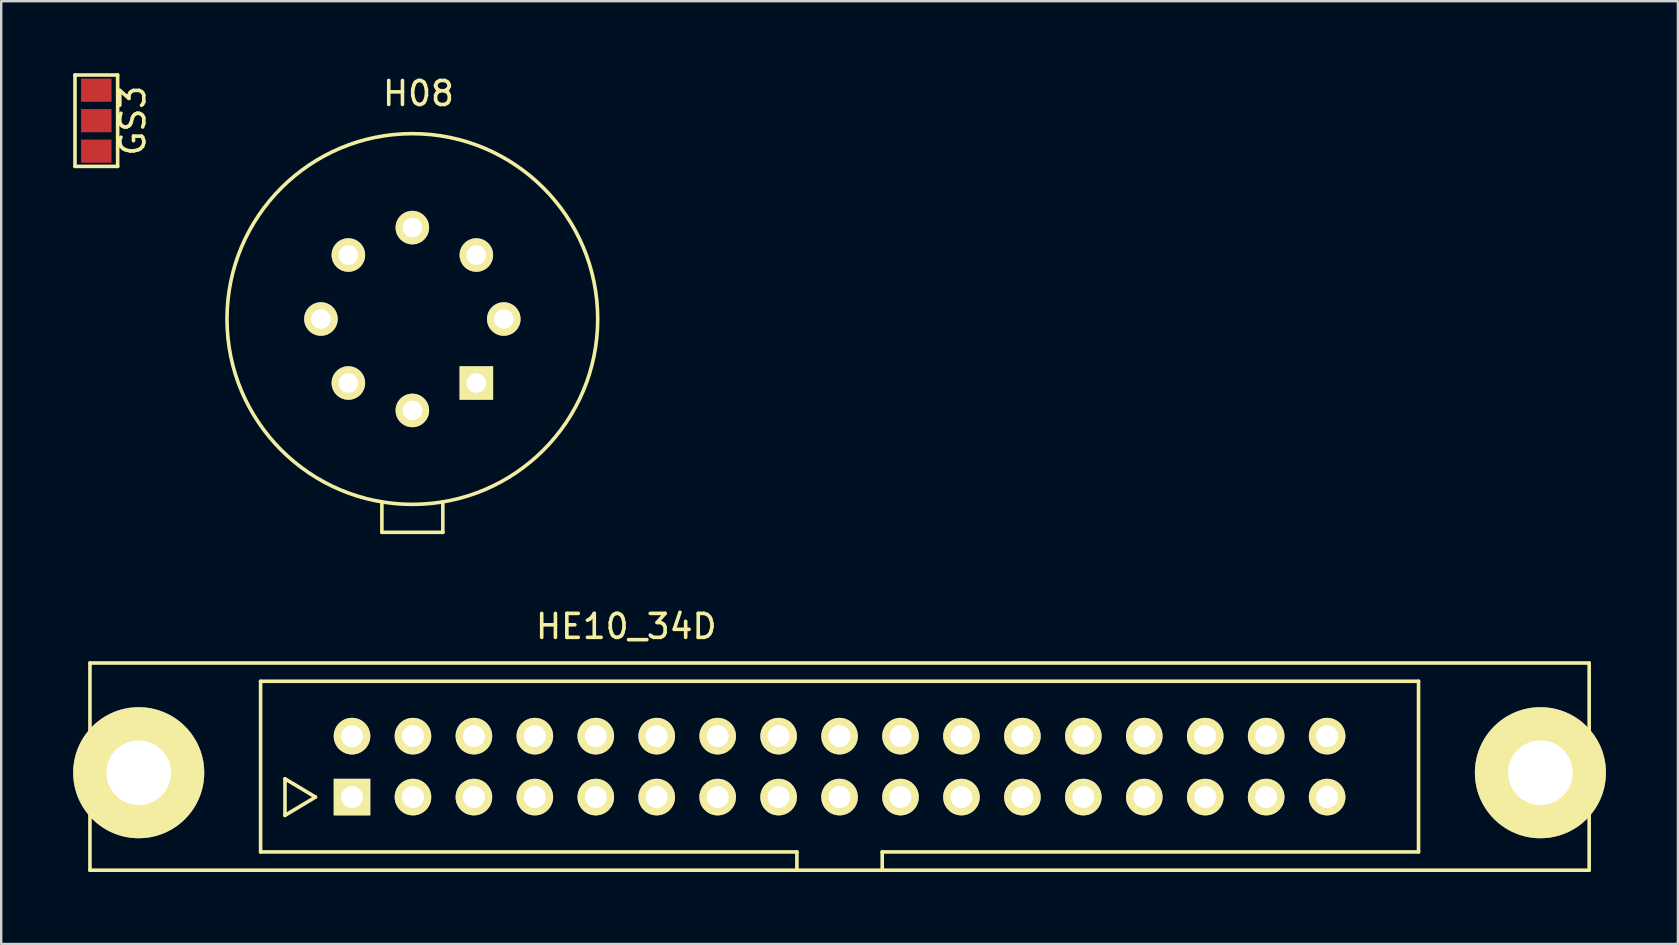
<source format=kicad_pcb>
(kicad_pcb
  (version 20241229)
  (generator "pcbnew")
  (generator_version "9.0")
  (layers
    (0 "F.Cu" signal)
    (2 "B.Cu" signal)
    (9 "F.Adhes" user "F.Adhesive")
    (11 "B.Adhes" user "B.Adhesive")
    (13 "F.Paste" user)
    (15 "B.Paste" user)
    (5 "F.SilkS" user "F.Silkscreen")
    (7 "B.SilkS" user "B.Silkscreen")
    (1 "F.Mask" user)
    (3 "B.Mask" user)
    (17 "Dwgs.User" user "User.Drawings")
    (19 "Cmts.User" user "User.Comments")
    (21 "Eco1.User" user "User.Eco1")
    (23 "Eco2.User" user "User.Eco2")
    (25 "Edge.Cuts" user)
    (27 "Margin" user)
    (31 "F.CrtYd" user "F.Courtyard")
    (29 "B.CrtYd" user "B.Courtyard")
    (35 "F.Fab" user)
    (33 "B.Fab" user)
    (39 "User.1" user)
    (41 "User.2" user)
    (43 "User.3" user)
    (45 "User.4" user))
  (footprint "GS3"
    (layer "F.Cu")
    (at 0.964 1.98)
    (property "Reference" "GS3" (at 1.524 0 90) (layer "F.SilkS") (effects (font (size 1 1) (thickness 0.15))))
    (attr exclude_from_pos_files exclude_from_bom)
    (fp_line (start -0.889 -1.905) (end -0.889 1.905) (stroke (width 0.15) (type solid)) (layer "F.SilkS"))
    (fp_line (start -0.889 -1.905) (end 0.889 -1.905) (stroke (width 0.15) (type solid)) (layer "F.SilkS"))
    (fp_line (start -0.889 1.905) (end 0.889 1.905) (stroke (width 0.15) (type solid)) (layer "F.SilkS"))
    (fp_line (start 0.889 1.905) (end 0.889 -1.905) (stroke (width 0.15) (type solid)) (layer "F.SilkS"))
    (pad "1" smd rect (at 0 -1.27) (size 1.27 0.965) (layers "F.Cu" "F.Mask" "F.Paste"))
    (pad "2" smd rect (at 0 0) (size 1.27 0.965) (layers "F.Cu" "F.Mask" "F.Paste"))
    (pad "3" smd rect (at 0 1.27) (size 1.27 0.965) (layers "F.Cu" "F.Mask" "F.Paste")))
  (footprint "H08"
    (layer "F.Cu")
    (at 14.136 10.246)
    (property "Reference" "H08" (at 0.254 -9.398 0) (layer "F.SilkS") (effects (font (size 1 1) (thickness 0.15))))
    (attr through_hole)
    (fp_line (start -1.27 7.62) (end -1.27 8.89) (stroke (width 0.15) (type solid)) (layer "F.SilkS"))
    (fp_line (start -1.27 8.89) (end 1.27 8.89) (stroke (width 0.15) (type solid)) (layer "F.SilkS"))
    (fp_line (start 1.27 8.89) (end 1.27 7.62) (stroke (width 0.15) (type solid)) (layer "F.SilkS"))
    (fp_circle (center 0 0) (end 1.27 7.62) (stroke (width 0.15) (type solid)) (fill no) (layer "F.SilkS"))
    (pad "1" thru_hole rect (at 2.667 2.667) (size 1.397 1.397) (drill 0.813) (layers "*.Cu" "*.Mask" "F.SilkS"))
    (pad "2" thru_hole circle (at 3.81 0) (size 1.397 1.397) (drill 0.813) (layers "*.Cu" "*.Mask" "F.SilkS"))
    (pad "3" thru_hole circle (at 2.667 -2.667) (size 1.397 1.397) (drill 0.813) (layers "*.Cu" "*.Mask" "F.SilkS"))
    (pad "4" thru_hole circle (at 0 -3.81) (size 1.397 1.397) (drill 0.813) (layers "*.Cu" "*.Mask" "F.SilkS"))
    (pad "5" thru_hole circle (at -2.667 -2.667) (size 1.397 1.397) (drill 0.813) (layers "*.Cu" "*.Mask" "F.SilkS"))
    (pad "6" thru_hole circle (at -3.81 0) (size 1.397 1.397) (drill 0.813) (layers "*.Cu" "*.Mask" "F.SilkS"))
    (pad "7" thru_hole circle (at -2.667 2.667) (size 1.397 1.397) (drill 0.813) (layers "*.Cu" "*.Mask" "F.SilkS"))
    (pad "8" thru_hole circle (at 0 3.81) (size 1.397 1.397) (drill 0.813) (layers "*.Cu" "*.Mask" "F.SilkS")))
  (footprint "HE10_34D"
    (layer "F.Cu")
    (at 31.941 28.901)
    (property "Reference" "HE10_34D" (at -8.89 -5.842 0) (layer "F.SilkS") (effects (font (size 1 1) (thickness 0.15))))
    (attr through_hole)
    (fp_line (start -31.242 -4.318) (end -31.242 4.318) (stroke (width 0.15) (type solid)) (layer "F.SilkS"))
    (fp_line (start -31.242 4.318) (end 31.242 4.318) (stroke (width 0.15) (type solid)) (layer "F.SilkS"))
    (fp_line (start -24.13 -3.556) (end 24.13 -3.556) (stroke (width 0.15) (type solid)) (layer "F.SilkS"))
    (fp_line (start -24.13 3.556) (end -24.13 -3.556) (stroke (width 0.15) (type solid)) (layer "F.SilkS"))
    (fp_line (start -23.114 0.508) (end -23.114 2.032) (stroke (width 0.15) (type solid)) (layer "F.SilkS"))
    (fp_line (start -23.114 2.032) (end -21.844 1.27) (stroke (width 0.15) (type solid)) (layer "F.SilkS"))
    (fp_line (start -21.844 1.27) (end -23.114 0.508) (stroke (width 0.15) (type solid)) (layer "F.SilkS"))
    (fp_line (start -1.778 3.556) (end -24.13 3.556) (stroke (width 0.15) (type solid)) (layer "F.SilkS"))
    (fp_line (start -1.778 4.318) (end -1.778 3.556) (stroke (width 0.15) (type solid)) (layer "F.SilkS"))
    (fp_line (start 1.778 3.556) (end 1.778 4.318) (stroke (width 0.15) (type solid)) (layer "F.SilkS"))
    (fp_line (start 24.13 -3.556) (end 24.13 3.556) (stroke (width 0.15) (type solid)) (layer "F.SilkS"))
    (fp_line (start 24.13 3.556) (end 1.778 3.556) (stroke (width 0.15) (type solid)) (layer "F.SilkS"))
    (fp_line (start 31.242 -4.318) (end -31.242 -4.318) (stroke (width 0.15) (type solid)) (layer "F.SilkS"))
    (fp_line (start 31.242 4.318) (end 31.242 -4.318) (stroke (width 0.15) (type solid)) (layer "F.SilkS"))
    (pad "" thru_hole circle (at -29.21 0.254) (size 5.461 5.461) (drill 2.692) (layers "*.Cu" "*.Mask" "F.SilkS"))
    (pad "" thru_hole circle (at 29.21 0.254) (size 5.461 5.461) (drill 2.692) (layers "*.Cu" "*.Mask" "F.SilkS"))
    (pad "1" thru_hole rect (at -20.32 1.27) (size 1.524 1.524) (drill 0.914) (layers "*.Cu" "*.Mask" "F.SilkS"))
    (pad "2" thru_hole circle (at -20.32 -1.27) (size 1.524 1.524) (drill 0.914) (layers "*.Cu" "*.Mask" "F.SilkS"))
    (pad "3" thru_hole circle (at -17.78 1.27) (size 1.524 1.524) (drill 0.914) (layers "*.Cu" "*.Mask" "F.SilkS"))
    (pad "4" thru_hole circle (at -17.78 -1.27) (size 1.524 1.524) (drill 0.914) (layers "*.Cu" "*.Mask" "F.SilkS"))
    (pad "5" thru_hole circle (at -15.24 1.27) (size 1.524 1.524) (drill 0.914) (layers "*.Cu" "*.Mask" "F.SilkS"))
    (pad "6" thru_hole circle (at -15.24 -1.27) (size 1.524 1.524) (drill 0.914) (layers "*.Cu" "*.Mask" "F.SilkS"))
    (pad "7" thru_hole circle (at -12.7 1.27) (size 1.524 1.524) (drill 0.914) (layers "*.Cu" "*.Mask" "F.SilkS"))
    (pad "8" thru_hole circle (at -12.7 -1.27) (size 1.524 1.524) (drill 0.914) (layers "*.Cu" "*.Mask" "F.SilkS"))
    (pad "9" thru_hole circle (at -10.16 1.27) (size 1.524 1.524) (drill 0.914) (layers "*.Cu" "*.Mask" "F.SilkS"))
    (pad "10" thru_hole circle (at -10.16 -1.27) (size 1.524 1.524) (drill 0.914) (layers "*.Cu" "*.Mask" "F.SilkS"))
    (pad "11" thru_hole circle (at -7.62 1.27) (size 1.524 1.524) (drill 0.914) (layers "*.Cu" "*.Mask" "F.SilkS"))
    (pad "12" thru_hole circle (at -7.62 -1.27) (size 1.524 1.524) (drill 0.914) (layers "*.Cu" "*.Mask" "F.SilkS"))
    (pad "13" thru_hole circle (at -5.08 1.27) (size 1.524 1.524) (drill 0.914) (layers "*.Cu" "*.Mask" "F.SilkS"))
    (pad "14" thru_hole circle (at -5.08 -1.27) (size 1.524 1.524) (drill 0.914) (layers "*.Cu" "*.Mask" "F.SilkS"))
    (pad "15" thru_hole circle (at -2.54 1.27) (size 1.524 1.524) (drill 0.914) (layers "*.Cu" "*.Mask" "F.SilkS"))
    (pad "16" thru_hole circle (at -2.54 -1.27) (size 1.524 1.524) (drill 0.914) (layers "*.Cu" "*.Mask" "F.SilkS"))
    (pad "17" thru_hole circle (at 0 1.27) (size 1.524 1.524) (drill 0.914) (layers "*.Cu" "*.Mask" "F.SilkS"))
    (pad "18" thru_hole circle (at 0 -1.27) (size 1.524 1.524) (drill 0.914) (layers "*.Cu" "*.Mask" "F.SilkS"))
    (pad "19" thru_hole circle (at 2.54 1.27) (size 1.524 1.524) (drill 0.914) (layers "*.Cu" "*.Mask" "F.SilkS"))
    (pad "20" thru_hole circle (at 2.54 -1.27) (size 1.524 1.524) (drill 0.914) (layers "*.Cu" "*.Mask" "F.SilkS"))
    (pad "21" thru_hole circle (at 5.08 1.27) (size 1.524 1.524) (drill 0.914) (layers "*.Cu" "*.Mask" "F.SilkS"))
    (pad "22" thru_hole circle (at 5.08 -1.27) (size 1.524 1.524) (drill 0.914) (layers "*.Cu" "*.Mask" "F.SilkS"))
    (pad "23" thru_hole circle (at 7.62 1.27) (size 1.524 1.524) (drill 0.914) (layers "*.Cu" "*.Mask" "F.SilkS"))
    (pad "24" thru_hole circle (at 7.62 -1.27) (size 1.524 1.524) (drill 0.914) (layers "*.Cu" "*.Mask" "F.SilkS"))
    (pad "25" thru_hole circle (at 10.16 1.27) (size 1.524 1.524) (drill 0.914) (layers "*.Cu" "*.Mask" "F.SilkS"))
    (pad "26" thru_hole circle (at 10.16 -1.27) (size 1.524 1.524) (drill 0.914) (layers "*.Cu" "*.Mask" "F.SilkS"))
    (pad "27" thru_hole circle (at 12.7 1.27) (size 1.524 1.524) (drill 0.914) (layers "*.Cu" "*.Mask" "F.SilkS"))
    (pad "28" thru_hole circle (at 12.7 -1.27) (size 1.524 1.524) (drill 0.914) (layers "*.Cu" "*.Mask" "F.SilkS"))
    (pad "29" thru_hole circle (at 15.24 1.27) (size 1.524 1.524) (drill 0.914) (layers "*.Cu" "*.Mask" "F.SilkS"))
    (pad "30" thru_hole circle (at 15.24 -1.27) (size 1.524 1.524) (drill 0.914) (layers "*.Cu" "*.Mask" "F.SilkS"))
    (pad "31" thru_hole circle (at 17.78 1.27) (size 1.524 1.524) (drill 0.914) (layers "*.Cu" "*.Mask" "F.SilkS"))
    (pad "32" thru_hole circle (at 17.78 -1.27) (size 1.524 1.524) (drill 0.914) (layers "*.Cu" "*.Mask" "F.SilkS"))
    (pad "33" thru_hole circle (at 20.32 1.27) (size 1.524 1.524) (drill 0.914) (layers "*.Cu" "*.Mask" "F.SilkS"))
    (pad "34" thru_hole circle (at 20.32 -1.27) (size 1.524 1.524) (drill 0.914) (layers "*.Cu" "*.Mask" "F.SilkS")))
  (gr_rect
    (start -3 -3)
    (end 66.881 36.294)
    (stroke (width 0.1) (type default))
    (fill no)
    (layer "Edge.Cuts")))
</source>
